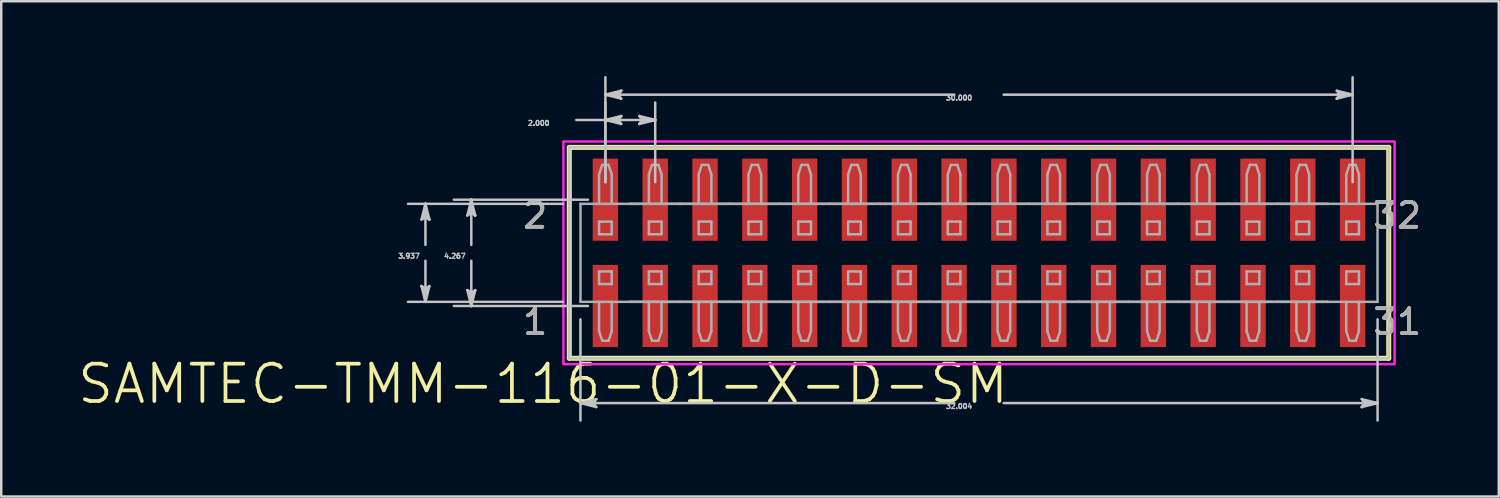
<source format=kicad_pcb>
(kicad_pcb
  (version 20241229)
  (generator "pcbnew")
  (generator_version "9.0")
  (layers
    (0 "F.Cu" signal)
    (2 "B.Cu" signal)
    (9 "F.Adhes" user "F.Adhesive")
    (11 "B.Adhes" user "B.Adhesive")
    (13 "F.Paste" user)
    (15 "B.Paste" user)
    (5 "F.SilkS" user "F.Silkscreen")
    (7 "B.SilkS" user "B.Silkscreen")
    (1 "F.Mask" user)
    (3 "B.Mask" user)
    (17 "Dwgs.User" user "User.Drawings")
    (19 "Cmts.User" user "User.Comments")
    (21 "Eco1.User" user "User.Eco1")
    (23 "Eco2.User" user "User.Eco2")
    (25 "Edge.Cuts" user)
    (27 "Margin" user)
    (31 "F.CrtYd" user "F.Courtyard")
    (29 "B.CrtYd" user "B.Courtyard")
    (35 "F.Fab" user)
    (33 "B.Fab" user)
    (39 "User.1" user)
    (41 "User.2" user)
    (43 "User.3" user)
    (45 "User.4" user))
  (footprint "SAMTEC-TMM-116-01-X-D-SM"
    (layer "F.Cu")
    (at 36.256 7.101)
    (property "Reference" "SAMTEC-TMM-116-01-X-D-SM" (at -17.503 5.263 0) (layer "F.SilkS") (effects (font (size 1.5 1.5) (thickness 0.15))))
    (attr smd)
    (fp_poly (pts (xy -15.561 -3.835) (xy -14.439 -3.835) (xy -14.439 -0.433) (xy -15.561 -0.433)) (stroke (width 0.01) (type solid)) (fill yes) (layer "F.Mask"))
    (fp_poly (pts (xy -15.561 0.433) (xy -14.439 0.433) (xy -14.439 3.835) (xy -15.561 3.835)) (stroke (width 0.01) (type solid)) (fill yes) (layer "F.Mask"))
    (fp_poly (pts (xy -13.561 -3.835) (xy -12.439 -3.835) (xy -12.439 -0.433) (xy -13.561 -0.433)) (stroke (width 0.01) (type solid)) (fill yes) (layer "F.Mask"))
    (fp_poly (pts (xy -13.561 0.433) (xy -12.439 0.433) (xy -12.439 3.835) (xy -13.561 3.835)) (stroke (width 0.01) (type solid)) (fill yes) (layer "F.Mask"))
    (fp_poly (pts (xy -11.561 -3.835) (xy -10.439 -3.835) (xy -10.439 -0.433) (xy -11.561 -0.433)) (stroke (width 0.01) (type solid)) (fill yes) (layer "F.Mask"))
    (fp_poly (pts (xy -11.561 0.433) (xy -10.439 0.433) (xy -10.439 3.835) (xy -11.561 3.835)) (stroke (width 0.01) (type solid)) (fill yes) (layer "F.Mask"))
    (fp_poly (pts (xy -9.561 -3.835) (xy -8.439 -3.835) (xy -8.439 -0.433) (xy -9.561 -0.433)) (stroke (width 0.01) (type solid)) (fill yes) (layer "F.Mask"))
    (fp_poly (pts (xy -9.561 0.433) (xy -8.439 0.433) (xy -8.439 3.835) (xy -9.561 3.835)) (stroke (width 0.01) (type solid)) (fill yes) (layer "F.Mask"))
    (fp_poly (pts (xy -7.561 -3.835) (xy -6.439 -3.835) (xy -6.439 -0.433) (xy -7.561 -0.433)) (stroke (width 0.01) (type solid)) (fill yes) (layer "F.Mask"))
    (fp_poly (pts (xy -7.561 0.433) (xy -6.439 0.433) (xy -6.439 3.835) (xy -7.561 3.835)) (stroke (width 0.01) (type solid)) (fill yes) (layer "F.Mask"))
    (fp_poly (pts (xy -5.561 -3.835) (xy -4.439 -3.835) (xy -4.439 -0.433) (xy -5.561 -0.433)) (stroke (width 0.01) (type solid)) (fill yes) (layer "F.Mask"))
    (fp_poly (pts (xy -5.561 0.433) (xy -4.439 0.433) (xy -4.439 3.835) (xy -5.561 3.835)) (stroke (width 0.01) (type solid)) (fill yes) (layer "F.Mask"))
    (fp_poly (pts (xy -3.561 -3.835) (xy -2.439 -3.835) (xy -2.439 -0.433) (xy -3.561 -0.433)) (stroke (width 0.01) (type solid)) (fill yes) (layer "F.Mask"))
    (fp_poly (pts (xy -3.561 0.433) (xy -2.439 0.433) (xy -2.439 3.835) (xy -3.561 3.835)) (stroke (width 0.01) (type solid)) (fill yes) (layer "F.Mask"))
    (fp_poly (pts (xy -1.561 -3.835) (xy -0.439 -3.835) (xy -0.439 -0.433) (xy -1.561 -0.433)) (stroke (width 0.01) (type solid)) (fill yes) (layer "F.Mask"))
    (fp_poly (pts (xy -1.561 0.433) (xy -0.439 0.433) (xy -0.439 3.835) (xy -1.561 3.835)) (stroke (width 0.01) (type solid)) (fill yes) (layer "F.Mask"))
    (fp_poly (pts (xy 0.439 -3.835) (xy 1.561 -3.835) (xy 1.561 -0.433) (xy 0.439 -0.433)) (stroke (width 0.01) (type solid)) (fill yes) (layer "F.Mask"))
    (fp_poly (pts (xy 0.439 0.433) (xy 1.561 0.433) (xy 1.561 3.835) (xy 0.439 3.835)) (stroke (width 0.01) (type solid)) (fill yes) (layer "F.Mask"))
    (fp_poly (pts (xy 2.439 -3.835) (xy 3.561 -3.835) (xy 3.561 -0.433) (xy 2.439 -0.433)) (stroke (width 0.01) (type solid)) (fill yes) (layer "F.Mask"))
    (fp_poly (pts (xy 2.439 0.433) (xy 3.561 0.433) (xy 3.561 3.835) (xy 2.439 3.835)) (stroke (width 0.01) (type solid)) (fill yes) (layer "F.Mask"))
    (fp_poly (pts (xy 4.439 -3.835) (xy 5.561 -3.835) (xy 5.561 -0.433) (xy 4.439 -0.433)) (stroke (width 0.01) (type solid)) (fill yes) (layer "F.Mask"))
    (fp_poly (pts (xy 4.439 0.433) (xy 5.561 0.433) (xy 5.561 3.835) (xy 4.439 3.835)) (stroke (width 0.01) (type solid)) (fill yes) (layer "F.Mask"))
    (fp_poly (pts (xy 6.439 -3.835) (xy 7.561 -3.835) (xy 7.561 -0.433) (xy 6.439 -0.433)) (stroke (width 0.01) (type solid)) (fill yes) (layer "F.Mask"))
    (fp_poly (pts (xy 6.439 0.433) (xy 7.561 0.433) (xy 7.561 3.835) (xy 6.439 3.835)) (stroke (width 0.01) (type solid)) (fill yes) (layer "F.Mask"))
    (fp_poly (pts (xy 8.439 -3.835) (xy 9.561 -3.835) (xy 9.561 -0.433) (xy 8.439 -0.433)) (stroke (width 0.01) (type solid)) (fill yes) (layer "F.Mask"))
    (fp_poly (pts (xy 8.439 0.433) (xy 9.561 0.433) (xy 9.561 3.835) (xy 8.439 3.835)) (stroke (width 0.01) (type solid)) (fill yes) (layer "F.Mask"))
    (fp_poly (pts (xy 10.439 -3.835) (xy 11.561 -3.835) (xy 11.561 -0.433) (xy 10.439 -0.433)) (stroke (width 0.01) (type solid)) (fill yes) (layer "F.Mask"))
    (fp_poly (pts (xy 10.439 0.433) (xy 11.561 0.433) (xy 11.561 3.835) (xy 10.439 3.835)) (stroke (width 0.01) (type solid)) (fill yes) (layer "F.Mask"))
    (fp_poly (pts (xy 12.439 -3.835) (xy 13.561 -3.835) (xy 13.561 -0.433) (xy 12.439 -0.433)) (stroke (width 0.01) (type solid)) (fill yes) (layer "F.Mask"))
    (fp_poly (pts (xy 12.439 0.433) (xy 13.561 0.433) (xy 13.561 3.835) (xy 12.439 3.835)) (stroke (width 0.01) (type solid)) (fill yes) (layer "F.Mask"))
    (fp_poly (pts (xy 14.439 -3.835) (xy 15.561 -3.835) (xy 15.561 -0.433) (xy 14.439 -0.433)) (stroke (width 0.01) (type solid)) (fill yes) (layer "F.Mask"))
    (fp_poly (pts (xy 14.439 0.433) (xy 15.561 0.433) (xy 15.561 3.835) (xy 14.439 3.835)) (stroke (width 0.01) (type solid)) (fill yes) (layer "F.Mask"))
    (fp_line (start -16.45 -4.235) (end -16.45 4.235) (stroke (width 0.2) (type solid)) (layer "F.SilkS"))
    (fp_line (start -16.45 4.235) (end 16.45 4.235) (stroke (width 0.2) (type solid)) (layer "F.SilkS"))
    (fp_line (start 16.45 -4.235) (end -16.45 -4.235) (stroke (width 0.2) (type solid)) (layer "F.SilkS"))
    (fp_line (start 16.45 4.235) (end 16.45 -4.235) (stroke (width 0.2) (type solid)) (layer "F.SilkS"))
    (fp_poly (pts (xy -15.51 -3.784) (xy -14.49 -3.784) (xy -14.49 -0.484) (xy -15.51 -0.484)) (stroke (width 0.01) (type solid)) (fill yes) (layer "F.Paste"))
    (fp_poly (pts (xy -15.51 0.484) (xy -14.49 0.484) (xy -14.49 3.784) (xy -15.51 3.784)) (stroke (width 0.01) (type solid)) (fill yes) (layer "F.Paste"))
    (fp_poly (pts (xy -13.51 -3.784) (xy -12.49 -3.784) (xy -12.49 -0.484) (xy -13.51 -0.484)) (stroke (width 0.01) (type solid)) (fill yes) (layer "F.Paste"))
    (fp_poly (pts (xy -13.51 0.484) (xy -12.49 0.484) (xy -12.49 3.784) (xy -13.51 3.784)) (stroke (width 0.01) (type solid)) (fill yes) (layer "F.Paste"))
    (fp_poly (pts (xy -11.51 -3.784) (xy -10.49 -3.784) (xy -10.49 -0.484) (xy -11.51 -0.484)) (stroke (width 0.01) (type solid)) (fill yes) (layer "F.Paste"))
    (fp_poly (pts (xy -11.51 0.484) (xy -10.49 0.484) (xy -10.49 3.784) (xy -11.51 3.784)) (stroke (width 0.01) (type solid)) (fill yes) (layer "F.Paste"))
    (fp_poly (pts (xy -9.51 -3.784) (xy -8.49 -3.784) (xy -8.49 -0.484) (xy -9.51 -0.484)) (stroke (width 0.01) (type solid)) (fill yes) (layer "F.Paste"))
    (fp_poly (pts (xy -9.51 0.484) (xy -8.49 0.484) (xy -8.49 3.784) (xy -9.51 3.784)) (stroke (width 0.01) (type solid)) (fill yes) (layer "F.Paste"))
    (fp_poly (pts (xy -7.51 -3.784) (xy -6.49 -3.784) (xy -6.49 -0.484) (xy -7.51 -0.484)) (stroke (width 0.01) (type solid)) (fill yes) (layer "F.Paste"))
    (fp_poly (pts (xy -7.51 0.484) (xy -6.49 0.484) (xy -6.49 3.784) (xy -7.51 3.784)) (stroke (width 0.01) (type solid)) (fill yes) (layer "F.Paste"))
    (fp_poly (pts (xy -5.51 -3.784) (xy -4.49 -3.784) (xy -4.49 -0.484) (xy -5.51 -0.484)) (stroke (width 0.01) (type solid)) (fill yes) (layer "F.Paste"))
    (fp_poly (pts (xy -5.51 0.484) (xy -4.49 0.484) (xy -4.49 3.784) (xy -5.51 3.784)) (stroke (width 0.01) (type solid)) (fill yes) (layer "F.Paste"))
    (fp_poly (pts (xy -3.51 -3.784) (xy -2.49 -3.784) (xy -2.49 -0.484) (xy -3.51 -0.484)) (stroke (width 0.01) (type solid)) (fill yes) (layer "F.Paste"))
    (fp_poly (pts (xy -3.51 0.484) (xy -2.49 0.484) (xy -2.49 3.784) (xy -3.51 3.784)) (stroke (width 0.01) (type solid)) (fill yes) (layer "F.Paste"))
    (fp_poly (pts (xy -1.51 -3.784) (xy -0.49 -3.784) (xy -0.49 -0.484) (xy -1.51 -0.484)) (stroke (width 0.01) (type solid)) (fill yes) (layer "F.Paste"))
    (fp_poly (pts (xy -1.51 0.484) (xy -0.49 0.484) (xy -0.49 3.784) (xy -1.51 3.784)) (stroke (width 0.01) (type solid)) (fill yes) (layer "F.Paste"))
    (fp_poly (pts (xy 0.49 -3.784) (xy 1.51 -3.784) (xy 1.51 -0.484) (xy 0.49 -0.484)) (stroke (width 0.01) (type solid)) (fill yes) (layer "F.Paste"))
    (fp_poly (pts (xy 0.49 0.484) (xy 1.51 0.484) (xy 1.51 3.784) (xy 0.49 3.784)) (stroke (width 0.01) (type solid)) (fill yes) (layer "F.Paste"))
    (fp_poly (pts (xy 2.49 -3.784) (xy 3.51 -3.784) (xy 3.51 -0.484) (xy 2.49 -0.484)) (stroke (width 0.01) (type solid)) (fill yes) (layer "F.Paste"))
    (fp_poly (pts (xy 2.49 0.484) (xy 3.51 0.484) (xy 3.51 3.784) (xy 2.49 3.784)) (stroke (width 0.01) (type solid)) (fill yes) (layer "F.Paste"))
    (fp_poly (pts (xy 4.49 -3.784) (xy 5.51 -3.784) (xy 5.51 -0.484) (xy 4.49 -0.484)) (stroke (width 0.01) (type solid)) (fill yes) (layer "F.Paste"))
    (fp_poly (pts (xy 4.49 0.484) (xy 5.51 0.484) (xy 5.51 3.784) (xy 4.49 3.784)) (stroke (width 0.01) (type solid)) (fill yes) (layer "F.Paste"))
    (fp_poly (pts (xy 6.49 -3.784) (xy 7.51 -3.784) (xy 7.51 -0.484) (xy 6.49 -0.484)) (stroke (width 0.01) (type solid)) (fill yes) (layer "F.Paste"))
    (fp_poly (pts (xy 6.49 0.484) (xy 7.51 0.484) (xy 7.51 3.784) (xy 6.49 3.784)) (stroke (width 0.01) (type solid)) (fill yes) (layer "F.Paste"))
    (fp_poly (pts (xy 8.49 -3.784) (xy 9.51 -3.784) (xy 9.51 -0.484) (xy 8.49 -0.484)) (stroke (width 0.01) (type solid)) (fill yes) (layer "F.Paste"))
    (fp_poly (pts (xy 8.49 0.484) (xy 9.51 0.484) (xy 9.51 3.784) (xy 8.49 3.784)) (stroke (width 0.01) (type solid)) (fill yes) (layer "F.Paste"))
    (fp_poly (pts (xy 10.49 -3.784) (xy 11.51 -3.784) (xy 11.51 -0.484) (xy 10.49 -0.484)) (stroke (width 0.01) (type solid)) (fill yes) (layer "F.Paste"))
    (fp_poly (pts (xy 10.49 0.484) (xy 11.51 0.484) (xy 11.51 3.784) (xy 10.49 3.784)) (stroke (width 0.01) (type solid)) (fill yes) (layer "F.Paste"))
    (fp_poly (pts (xy 12.49 -3.784) (xy 13.51 -3.784) (xy 13.51 -0.484) (xy 12.49 -0.484)) (stroke (width 0.01) (type solid)) (fill yes) (layer "F.Paste"))
    (fp_poly (pts (xy 12.49 0.484) (xy 13.51 0.484) (xy 13.51 3.784) (xy 12.49 3.784)) (stroke (width 0.01) (type solid)) (fill yes) (layer "F.Paste"))
    (fp_poly (pts (xy 14.49 -3.784) (xy 15.51 -3.784) (xy 15.51 -0.484) (xy 14.49 -0.484)) (stroke (width 0.01) (type solid)) (fill yes) (layer "F.Paste"))
    (fp_poly (pts (xy 14.49 0.484) (xy 15.51 0.484) (xy 15.51 3.784) (xy 14.49 3.784)) (stroke (width 0.01) (type solid)) (fill yes) (layer "F.Paste"))
    (fp_line (start -22.384 -1.334) (end -22.225 -1.46) (stroke (width 0.1) (type solid)) (layer "Dwgs.User"))
    (fp_line (start -22.384 1.334) (end -22.225 1.968) (stroke (width 0.1) (type solid)) (layer "Dwgs.User"))
    (fp_line (start -22.304 -1.397) (end -22.225 -1.46) (stroke (width 0.1) (type solid)) (layer "Dwgs.User"))
    (fp_line (start -22.304 1.397) (end -22.384 1.334) (stroke (width 0.1) (type solid)) (layer "Dwgs.User"))
    (fp_line (start -22.225 -1.968) (end -22.384 -1.334) (stroke (width 0.1) (type solid)) (layer "Dwgs.User"))
    (fp_line (start -22.225 -1.968) (end -22.304 -1.397) (stroke (width 0.1) (type solid)) (layer "Dwgs.User"))
    (fp_line (start -22.225 -1.968) (end -22.146 -1.397) (stroke (width 0.1) (type solid)) (layer "Dwgs.User"))
    (fp_line (start -22.225 -1.46) (end -22.225 -1.968) (stroke (width 0.1) (type solid)) (layer "Dwgs.User"))
    (fp_line (start -22.225 -1.46) (end -22.066 -1.334) (stroke (width 0.1) (type solid)) (layer "Dwgs.User"))
    (fp_line (start -22.225 -0.318) (end -22.225 -1.968) (stroke (width 0.1) (type solid)) (layer "Dwgs.User"))
    (fp_line (start -22.225 0.318) (end -22.225 1.968) (stroke (width 0.1) (type solid)) (layer "Dwgs.User"))
    (fp_line (start -22.225 1.46) (end -22.384 1.334) (stroke (width 0.1) (type solid)) (layer "Dwgs.User"))
    (fp_line (start -22.225 1.46) (end -22.225 1.968) (stroke (width 0.1) (type solid)) (layer "Dwgs.User"))
    (fp_line (start -22.225 1.968) (end -22.304 1.397) (stroke (width 0.1) (type solid)) (layer "Dwgs.User"))
    (fp_line (start -22.225 1.968) (end -22.146 1.397) (stroke (width 0.1) (type solid)) (layer "Dwgs.User"))
    (fp_line (start -22.225 1.968) (end -22.066 1.334) (stroke (width 0.1) (type solid)) (layer "Dwgs.User"))
    (fp_line (start -22.146 -1.397) (end -22.066 -1.334) (stroke (width 0.1) (type solid)) (layer "Dwgs.User"))
    (fp_line (start -22.146 1.397) (end -22.225 1.46) (stroke (width 0.1) (type solid)) (layer "Dwgs.User"))
    (fp_line (start -22.066 -1.334) (end -22.225 -1.968) (stroke (width 0.1) (type solid)) (layer "Dwgs.User"))
    (fp_line (start -22.066 1.334) (end -22.225 1.46) (stroke (width 0.1) (type solid)) (layer "Dwgs.User"))
    (fp_line (start -20.542 -1.499) (end -20.384 -1.626) (stroke (width 0.1) (type solid)) (layer "Dwgs.User"))
    (fp_line (start -20.542 1.499) (end -20.384 2.134) (stroke (width 0.1) (type solid)) (layer "Dwgs.User"))
    (fp_line (start -20.463 -1.562) (end -20.384 -1.626) (stroke (width 0.1) (type solid)) (layer "Dwgs.User"))
    (fp_line (start -20.463 1.562) (end -20.542 1.499) (stroke (width 0.1) (type solid)) (layer "Dwgs.User"))
    (fp_line (start -20.384 -2.134) (end -20.542 -1.499) (stroke (width 0.1) (type solid)) (layer "Dwgs.User"))
    (fp_line (start -20.384 -2.134) (end -20.463 -1.562) (stroke (width 0.1) (type solid)) (layer "Dwgs.User"))
    (fp_line (start -20.384 -2.134) (end -20.304 -1.562) (stroke (width 0.1) (type solid)) (layer "Dwgs.User"))
    (fp_line (start -20.384 -1.626) (end -20.384 -2.134) (stroke (width 0.1) (type solid)) (layer "Dwgs.User"))
    (fp_line (start -20.384 -1.626) (end -20.225 -1.499) (stroke (width 0.1) (type solid)) (layer "Dwgs.User"))
    (fp_line (start -20.384 -0.318) (end -20.384 -2.134) (stroke (width 0.1) (type solid)) (layer "Dwgs.User"))
    (fp_line (start -20.384 0.318) (end -20.384 2.134) (stroke (width 0.1) (type solid)) (layer "Dwgs.User"))
    (fp_line (start -20.384 1.626) (end -20.542 1.499) (stroke (width 0.1) (type solid)) (layer "Dwgs.User"))
    (fp_line (start -20.384 1.626) (end -20.384 2.134) (stroke (width 0.1) (type solid)) (layer "Dwgs.User"))
    (fp_line (start -20.384 2.134) (end -20.463 1.562) (stroke (width 0.1) (type solid)) (layer "Dwgs.User"))
    (fp_line (start -20.384 2.134) (end -20.304 1.562) (stroke (width 0.1) (type solid)) (layer "Dwgs.User"))
    (fp_line (start -20.384 2.134) (end -20.225 1.499) (stroke (width 0.1) (type solid)) (layer "Dwgs.User"))
    (fp_line (start -20.304 -1.562) (end -20.225 -1.499) (stroke (width 0.1) (type solid)) (layer "Dwgs.User"))
    (fp_line (start -20.304 1.562) (end -20.384 1.626) (stroke (width 0.1) (type solid)) (layer "Dwgs.User"))
    (fp_line (start -20.225 -1.499) (end -20.384 -2.134) (stroke (width 0.1) (type solid)) (layer "Dwgs.User"))
    (fp_line (start -20.225 1.499) (end -20.384 1.626) (stroke (width 0.1) (type solid)) (layer "Dwgs.User"))
    (fp_line (start -16.703 -1.968) (end -22.926 -1.968) (stroke (width 0.1) (type solid)) (layer "Dwgs.User"))
    (fp_line (start -16.703 1.968) (end -22.926 1.968) (stroke (width 0.1) (type solid)) (layer "Dwgs.User"))
    (fp_line (start -16.45 -4.235) (end -16.45 4.235) (stroke (width 0.1) (type solid)) (layer "Dwgs.User"))
    (fp_line (start -16.45 4.235) (end 16.45 4.235) (stroke (width 0.1) (type solid)) (layer "Dwgs.User"))
    (fp_line (start -16.167 -5.334) (end -15 -5.334) (stroke (width 0.1) (type solid)) (layer "Dwgs.User"))
    (fp_line (start -16.002 2.67) (end -16.002 6.734) (stroke (width 0.1) (type solid)) (layer "Dwgs.User"))
    (fp_line (start -16.002 6.032) (end -15.43 5.953) (stroke (width 0.1) (type solid)) (layer "Dwgs.User"))
    (fp_line (start -16.002 6.032) (end -15.43 6.112) (stroke (width 0.1) (type solid)) (layer "Dwgs.User"))
    (fp_line (start -16.002 6.032) (end -15.367 6.191) (stroke (width 0.1) (type solid)) (layer "Dwgs.User"))
    (fp_line (start -15.701 -2.134) (end -21.085 -2.134) (stroke (width 0.1) (type solid)) (layer "Dwgs.User"))
    (fp_line (start -15.701 2.134) (end -21.085 2.134) (stroke (width 0.1) (type solid)) (layer "Dwgs.User"))
    (fp_line (start -15.494 6.032) (end -16.002 6.032) (stroke (width 0.1) (type solid)) (layer "Dwgs.User"))
    (fp_line (start -15.494 6.032) (end -15.367 5.874) (stroke (width 0.1) (type solid)) (layer "Dwgs.User"))
    (fp_line (start -15.43 5.953) (end -15.367 5.874) (stroke (width 0.1) (type solid)) (layer "Dwgs.User"))
    (fp_line (start -15.43 6.112) (end -15.494 6.032) (stroke (width 0.1) (type solid)) (layer "Dwgs.User"))
    (fp_line (start -15.367 5.874) (end -16.002 6.032) (stroke (width 0.1) (type solid)) (layer "Dwgs.User"))
    (fp_line (start -15.367 6.191) (end -15.494 6.032) (stroke (width 0.1) (type solid)) (layer "Dwgs.User"))
    (fp_line (start -15 -6.35) (end -14.428 -6.429) (stroke (width 0.1) (type solid)) (layer "Dwgs.User"))
    (fp_line (start -15 -6.35) (end -14.428 -6.271) (stroke (width 0.1) (type solid)) (layer "Dwgs.User"))
    (fp_line (start -15 -6.35) (end -14.365 -6.191) (stroke (width 0.1) (type solid)) (layer "Dwgs.User"))
    (fp_line (start -15 -5.334) (end -14.428 -5.413) (stroke (width 0.1) (type solid)) (layer "Dwgs.User"))
    (fp_line (start -15 -5.334) (end -14.428 -5.255) (stroke (width 0.1) (type solid)) (layer "Dwgs.User"))
    (fp_line (start -15 -5.334) (end -14.365 -5.175) (stroke (width 0.1) (type solid)) (layer "Dwgs.User"))
    (fp_line (start -15 -5.334) (end -13 -5.334) (stroke (width 0.1) (type solid)) (layer "Dwgs.User"))
    (fp_line (start -15 -2.835) (end -15 -7.051) (stroke (width 0.1) (type solid)) (layer "Dwgs.User"))
    (fp_line (start -15 -2.835) (end -15 -6.035) (stroke (width 0.1) (type solid)) (layer "Dwgs.User"))
    (fp_line (start -14.492 -6.35) (end -15 -6.35) (stroke (width 0.1) (type solid)) (layer "Dwgs.User"))
    (fp_line (start -14.492 -6.35) (end -14.365 -6.509) (stroke (width 0.1) (type solid)) (layer "Dwgs.User"))
    (fp_line (start -14.492 -5.334) (end -15 -5.334) (stroke (width 0.1) (type solid)) (layer "Dwgs.User"))
    (fp_line (start -14.492 -5.334) (end -14.365 -5.493) (stroke (width 0.1) (type solid)) (layer "Dwgs.User"))
    (fp_line (start -14.428 -6.429) (end -14.365 -6.509) (stroke (width 0.1) (type solid)) (layer "Dwgs.User"))
    (fp_line (start -14.428 -6.271) (end -14.492 -6.35) (stroke (width 0.1) (type solid)) (layer "Dwgs.User"))
    (fp_line (start -14.428 -5.413) (end -14.365 -5.493) (stroke (width 0.1) (type solid)) (layer "Dwgs.User"))
    (fp_line (start -14.428 -5.255) (end -14.492 -5.334) (stroke (width 0.1) (type solid)) (layer "Dwgs.User"))
    (fp_line (start -14.365 -6.509) (end -15 -6.35) (stroke (width 0.1) (type solid)) (layer "Dwgs.User"))
    (fp_line (start -14.365 -6.191) (end -14.492 -6.35) (stroke (width 0.1) (type solid)) (layer "Dwgs.User"))
    (fp_line (start -14.365 -5.493) (end -15 -5.334) (stroke (width 0.1) (type solid)) (layer "Dwgs.User"))
    (fp_line (start -14.365 -5.175) (end -14.492 -5.334) (stroke (width 0.1) (type solid)) (layer "Dwgs.User"))
    (fp_line (start -13.635 -5.493) (end -13.508 -5.334) (stroke (width 0.1) (type solid)) (layer "Dwgs.User"))
    (fp_line (start -13.635 -5.175) (end -13 -5.334) (stroke (width 0.1) (type solid)) (layer "Dwgs.User"))
    (fp_line (start -13.571 -5.413) (end -13.508 -5.334) (stroke (width 0.1) (type solid)) (layer "Dwgs.User"))
    (fp_line (start -13.571 -5.255) (end -13.635 -5.175) (stroke (width 0.1) (type solid)) (layer "Dwgs.User"))
    (fp_line (start -13.508 -5.334) (end -13.635 -5.175) (stroke (width 0.1) (type solid)) (layer "Dwgs.User"))
    (fp_line (start -13.508 -5.334) (end -13 -5.334) (stroke (width 0.1) (type solid)) (layer "Dwgs.User"))
    (fp_line (start -13 -5.334) (end -13.635 -5.493) (stroke (width 0.1) (type solid)) (layer "Dwgs.User"))
    (fp_line (start -13 -5.334) (end -13.571 -5.413) (stroke (width 0.1) (type solid)) (layer "Dwgs.User"))
    (fp_line (start -13 -5.334) (end -13.571 -5.255) (stroke (width 0.1) (type solid)) (layer "Dwgs.User"))
    (fp_line (start -13 -2.835) (end -13 -6.035) (stroke (width 0.1) (type solid)) (layer "Dwgs.User"))
    (fp_line (start -0.991 -6.35) (end -15 -6.35) (stroke (width 0.1) (type solid)) (layer "Dwgs.User"))
    (fp_line (start -0.991 6.032) (end -16.002 6.032) (stroke (width 0.1) (type solid)) (layer "Dwgs.User"))
    (fp_line (start 0.991 -6.35) (end 15 -6.35) (stroke (width 0.1) (type solid)) (layer "Dwgs.User"))
    (fp_line (start 0.991 6.032) (end 16.002 6.032) (stroke (width 0.1) (type solid)) (layer "Dwgs.User"))
    (fp_line (start 14.365 -6.509) (end 14.492 -6.35) (stroke (width 0.1) (type solid)) (layer "Dwgs.User"))
    (fp_line (start 14.365 -6.191) (end 15 -6.35) (stroke (width 0.1) (type solid)) (layer "Dwgs.User"))
    (fp_line (start 14.428 -6.429) (end 14.492 -6.35) (stroke (width 0.1) (type solid)) (layer "Dwgs.User"))
    (fp_line (start 14.428 -6.271) (end 14.365 -6.191) (stroke (width 0.1) (type solid)) (layer "Dwgs.User"))
    (fp_line (start 14.492 -6.35) (end 14.365 -6.191) (stroke (width 0.1) (type solid)) (layer "Dwgs.User"))
    (fp_line (start 14.492 -6.35) (end 15 -6.35) (stroke (width 0.1) (type solid)) (layer "Dwgs.User"))
    (fp_line (start 15 -6.35) (end 14.365 -6.509) (stroke (width 0.1) (type solid)) (layer "Dwgs.User"))
    (fp_line (start 15 -6.35) (end 14.428 -6.429) (stroke (width 0.1) (type solid)) (layer "Dwgs.User"))
    (fp_line (start 15 -6.35) (end 14.428 -6.271) (stroke (width 0.1) (type solid)) (layer "Dwgs.User"))
    (fp_line (start 15 -2.835) (end 15 -7.051) (stroke (width 0.1) (type solid)) (layer "Dwgs.User"))
    (fp_line (start 15.367 5.874) (end 15.494 6.032) (stroke (width 0.1) (type solid)) (layer "Dwgs.User"))
    (fp_line (start 15.367 6.191) (end 16.002 6.032) (stroke (width 0.1) (type solid)) (layer "Dwgs.User"))
    (fp_line (start 15.43 5.953) (end 15.494 6.032) (stroke (width 0.1) (type solid)) (layer "Dwgs.User"))
    (fp_line (start 15.43 6.112) (end 15.367 6.191) (stroke (width 0.1) (type solid)) (layer "Dwgs.User"))
    (fp_line (start 15.494 6.032) (end 15.367 6.191) (stroke (width 0.1) (type solid)) (layer "Dwgs.User"))
    (fp_line (start 15.494 6.032) (end 16.002 6.032) (stroke (width 0.1) (type solid)) (layer "Dwgs.User"))
    (fp_line (start 16.002 2.67) (end 16.002 6.734) (stroke (width 0.1) (type solid)) (layer "Dwgs.User"))
    (fp_line (start 16.002 6.032) (end 15.367 5.874) (stroke (width 0.1) (type solid)) (layer "Dwgs.User"))
    (fp_line (start 16.002 6.032) (end 15.43 5.953) (stroke (width 0.1) (type solid)) (layer "Dwgs.User"))
    (fp_line (start 16.002 6.032) (end 15.43 6.112) (stroke (width 0.1) (type solid)) (layer "Dwgs.User"))
    (fp_line (start 16.45 -4.235) (end -16.45 -4.235) (stroke (width 0.1) (type solid)) (layer "Dwgs.User"))
    (fp_line (start 16.45 4.235) (end 16.45 -4.235) (stroke (width 0.1) (type solid)) (layer "Dwgs.User"))
    (fp_poly (pts (xy -16.685 4.47) (xy -16.685 -4.47) (xy 16.685 -4.47) (xy 16.685 4.47) (xy -16.685 4.47)) (stroke (width 0.1) (type solid)) (fill no) (layer "F.CrtYd"))
    (fp_line (start -16 -1.968) (end -14 -1.968) (stroke (width 0.1) (type solid)) (layer "F.Fab"))
    (fp_line (start -16 1.968) (end -16 -1.968) (stroke (width 0.1) (type solid)) (layer "F.Fab"))
    (fp_line (start -15.254 -3.15) (end -15.127 -3.531) (stroke (width 0.1) (type solid)) (layer "F.Fab"))
    (fp_line (start -15.254 -1.968) (end -15.254 -3.15) (stroke (width 0.1) (type solid)) (layer "F.Fab"))
    (fp_line (start -15.254 -1.254) (end -14.746 -1.254) (stroke (width 0.1) (type solid)) (layer "F.Fab"))
    (fp_line (start -15.254 -0.746) (end -15.254 -1.254) (stroke (width 0.1) (type solid)) (layer "F.Fab"))
    (fp_line (start -15.254 0.746) (end -15.254 1.254) (stroke (width 0.1) (type solid)) (layer "F.Fab"))
    (fp_line (start -15.254 1.254) (end -14.746 1.254) (stroke (width 0.1) (type solid)) (layer "F.Fab"))
    (fp_line (start -15.254 1.968) (end -15.254 3.15) (stroke (width 0.1) (type solid)) (layer "F.Fab"))
    (fp_line (start -15.254 3.15) (end -15.127 3.531) (stroke (width 0.1) (type solid)) (layer "F.Fab"))
    (fp_line (start -15.127 -3.531) (end -14.873 -3.531) (stroke (width 0.1) (type solid)) (layer "F.Fab"))
    (fp_line (start -15.127 3.531) (end -14.873 3.531) (stroke (width 0.1) (type solid)) (layer "F.Fab"))
    (fp_line (start -14.873 -3.531) (end -14.746 -3.15) (stroke (width 0.1) (type solid)) (layer "F.Fab"))
    (fp_line (start -14.873 3.531) (end -14.746 3.15) (stroke (width 0.1) (type solid)) (layer "F.Fab"))
    (fp_line (start -14.746 -3.15) (end -14.746 -1.968) (stroke (width 0.1) (type solid)) (layer "F.Fab"))
    (fp_line (start -14.746 -1.254) (end -14.746 -0.746) (stroke (width 0.1) (type solid)) (layer "F.Fab"))
    (fp_line (start -14.746 -0.746) (end -15.254 -0.746) (stroke (width 0.1) (type solid)) (layer "F.Fab"))
    (fp_line (start -14.746 0.746) (end -15.254 0.746) (stroke (width 0.1) (type solid)) (layer "F.Fab"))
    (fp_line (start -14.746 1.254) (end -14.746 0.746) (stroke (width 0.1) (type solid)) (layer "F.Fab"))
    (fp_line (start -14.746 3.15) (end -14.746 1.968) (stroke (width 0.1) (type solid)) (layer "F.Fab"))
    (fp_line (start -14 -1.968) (end -12 -1.968) (stroke (width 0.1) (type solid)) (layer "F.Fab"))
    (fp_line (start -14 -1.968) (end -12 -1.968) (stroke (width 0.1) (type solid)) (layer "F.Fab"))
    (fp_line (start -14 1.968) (end -16 1.968) (stroke (width 0.1) (type solid)) (layer "F.Fab"))
    (fp_line (start -14 1.968) (end -12 1.968) (stroke (width 0.1) (type solid)) (layer "F.Fab"))
    (fp_line (start -13.255 1.968) (end -13.255 3.15) (stroke (width 0.1) (type solid)) (layer "F.Fab"))
    (fp_line (start -13.255 3.15) (end -13.128 3.531) (stroke (width 0.1) (type solid)) (layer "F.Fab"))
    (fp_line (start -13.254 -3.15) (end -13.127 -3.531) (stroke (width 0.1) (type solid)) (layer "F.Fab"))
    (fp_line (start -13.254 -1.968) (end -13.254 -3.15) (stroke (width 0.1) (type solid)) (layer "F.Fab"))
    (fp_line (start -13.254 -1.254) (end -12.746 -1.254) (stroke (width 0.1) (type solid)) (layer "F.Fab"))
    (fp_line (start -13.254 -0.746) (end -13.254 -1.254) (stroke (width 0.1) (type solid)) (layer "F.Fab"))
    (fp_line (start -13.254 0.746) (end -12.746 0.746) (stroke (width 0.1) (type solid)) (layer "F.Fab"))
    (fp_line (start -13.254 1.254) (end -13.254 0.746) (stroke (width 0.1) (type solid)) (layer "F.Fab"))
    (fp_line (start -13.128 3.531) (end -12.874 3.531) (stroke (width 0.1) (type solid)) (layer "F.Fab"))
    (fp_line (start -13.127 -3.531) (end -12.873 -3.531) (stroke (width 0.1) (type solid)) (layer "F.Fab"))
    (fp_line (start -12.874 3.531) (end -12.747 3.15) (stroke (width 0.1) (type solid)) (layer "F.Fab"))
    (fp_line (start -12.873 -3.531) (end -12.746 -3.15) (stroke (width 0.1) (type solid)) (layer "F.Fab"))
    (fp_line (start -12.747 3.15) (end -12.747 1.968) (stroke (width 0.1) (type solid)) (layer "F.Fab"))
    (fp_line (start -12.746 -3.15) (end -12.746 -1.968) (stroke (width 0.1) (type solid)) (layer "F.Fab"))
    (fp_line (start -12.746 -1.254) (end -12.746 -0.746) (stroke (width 0.1) (type solid)) (layer "F.Fab"))
    (fp_line (start -12.746 -0.746) (end -13.254 -0.746) (stroke (width 0.1) (type solid)) (layer "F.Fab"))
    (fp_line (start -12.746 0.746) (end -12.746 1.254) (stroke (width 0.1) (type solid)) (layer "F.Fab"))
    (fp_line (start -12.746 1.254) (end -13.254 1.254) (stroke (width 0.1) (type solid)) (layer "F.Fab"))
    (fp_line (start -12 -1.968) (end -10 -1.968) (stroke (width 0.1) (type solid)) (layer "F.Fab"))
    (fp_line (start -12 -1.968) (end -10 -1.968) (stroke (width 0.1) (type solid)) (layer "F.Fab"))
    (fp_line (start -12 1.968) (end -14 1.968) (stroke (width 0.1) (type solid)) (layer "F.Fab"))
    (fp_line (start -12 1.968) (end -10 1.968) (stroke (width 0.1) (type solid)) (layer "F.Fab"))
    (fp_line (start -11.255 1.968) (end -11.255 3.15) (stroke (width 0.1) (type solid)) (layer "F.Fab"))
    (fp_line (start -11.255 3.15) (end -11.128 3.531) (stroke (width 0.1) (type solid)) (layer "F.Fab"))
    (fp_line (start -11.254 -3.15) (end -11.127 -3.531) (stroke (width 0.1) (type solid)) (layer "F.Fab"))
    (fp_line (start -11.254 -1.968) (end -11.254 -3.15) (stroke (width 0.1) (type solid)) (layer "F.Fab"))
    (fp_line (start -11.254 -1.254) (end -10.746 -1.254) (stroke (width 0.1) (type solid)) (layer "F.Fab"))
    (fp_line (start -11.254 -0.746) (end -11.254 -1.254) (stroke (width 0.1) (type solid)) (layer "F.Fab"))
    (fp_line (start -11.254 0.746) (end -10.746 0.746) (stroke (width 0.1) (type solid)) (layer "F.Fab"))
    (fp_line (start -11.254 1.254) (end -11.254 0.746) (stroke (width 0.1) (type solid)) (layer "F.Fab"))
    (fp_line (start -11.128 3.531) (end -10.874 3.531) (stroke (width 0.1) (type solid)) (layer "F.Fab"))
    (fp_line (start -11.127 -3.531) (end -10.873 -3.531) (stroke (width 0.1) (type solid)) (layer "F.Fab"))
    (fp_line (start -10.874 3.531) (end -10.747 3.15) (stroke (width 0.1) (type solid)) (layer "F.Fab"))
    (fp_line (start -10.873 -3.531) (end -10.746 -3.15) (stroke (width 0.1) (type solid)) (layer "F.Fab"))
    (fp_line (start -10.747 3.15) (end -10.747 1.968) (stroke (width 0.1) (type solid)) (layer "F.Fab"))
    (fp_line (start -10.746 -3.15) (end -10.746 -1.968) (stroke (width 0.1) (type solid)) (layer "F.Fab"))
    (fp_line (start -10.746 -1.254) (end -10.746 -0.746) (stroke (width 0.1) (type solid)) (layer "F.Fab"))
    (fp_line (start -10.746 -0.746) (end -11.254 -0.746) (stroke (width 0.1) (type solid)) (layer "F.Fab"))
    (fp_line (start -10.746 0.746) (end -10.746 1.254) (stroke (width 0.1) (type solid)) (layer "F.Fab"))
    (fp_line (start -10.746 1.254) (end -11.254 1.254) (stroke (width 0.1) (type solid)) (layer "F.Fab"))
    (fp_line (start -10 -1.968) (end -8 -1.968) (stroke (width 0.1) (type solid)) (layer "F.Fab"))
    (fp_line (start -10 -1.968) (end -8 -1.968) (stroke (width 0.1) (type solid)) (layer "F.Fab"))
    (fp_line (start -10 1.968) (end -12 1.968) (stroke (width 0.1) (type solid)) (layer "F.Fab"))
    (fp_line (start -10 1.968) (end -8 1.968) (stroke (width 0.1) (type solid)) (layer "F.Fab"))
    (fp_line (start -9.255 1.968) (end -9.255 3.15) (stroke (width 0.1) (type solid)) (layer "F.Fab"))
    (fp_line (start -9.255 3.15) (end -9.128 3.531) (stroke (width 0.1) (type solid)) (layer "F.Fab"))
    (fp_line (start -9.254 -3.15) (end -9.127 -3.531) (stroke (width 0.1) (type solid)) (layer "F.Fab"))
    (fp_line (start -9.254 -1.968) (end -9.254 -3.15) (stroke (width 0.1) (type solid)) (layer "F.Fab"))
    (fp_line (start -9.254 -1.254) (end -8.746 -1.254) (stroke (width 0.1) (type solid)) (layer "F.Fab"))
    (fp_line (start -9.254 -0.746) (end -9.254 -1.254) (stroke (width 0.1) (type solid)) (layer "F.Fab"))
    (fp_line (start -9.254 0.746) (end -8.746 0.746) (stroke (width 0.1) (type solid)) (layer "F.Fab"))
    (fp_line (start -9.254 1.254) (end -9.254 0.746) (stroke (width 0.1) (type solid)) (layer "F.Fab"))
    (fp_line (start -9.128 3.531) (end -8.874 3.531) (stroke (width 0.1) (type solid)) (layer "F.Fab"))
    (fp_line (start -9.127 -3.531) (end -8.873 -3.531) (stroke (width 0.1) (type solid)) (layer "F.Fab"))
    (fp_line (start -8.874 3.531) (end -8.747 3.15) (stroke (width 0.1) (type solid)) (layer "F.Fab"))
    (fp_line (start -8.873 -3.531) (end -8.746 -3.15) (stroke (width 0.1) (type solid)) (layer "F.Fab"))
    (fp_line (start -8.747 3.15) (end -8.747 1.968) (stroke (width 0.1) (type solid)) (layer "F.Fab"))
    (fp_line (start -8.746 -3.15) (end -8.746 -1.968) (stroke (width 0.1) (type solid)) (layer "F.Fab"))
    (fp_line (start -8.746 -1.254) (end -8.746 -0.746) (stroke (width 0.1) (type solid)) (layer "F.Fab"))
    (fp_line (start -8.746 -0.746) (end -9.254 -0.746) (stroke (width 0.1) (type solid)) (layer "F.Fab"))
    (fp_line (start -8.746 0.746) (end -8.746 1.254) (stroke (width 0.1) (type solid)) (layer "F.Fab"))
    (fp_line (start -8.746 1.254) (end -9.254 1.254) (stroke (width 0.1) (type solid)) (layer "F.Fab"))
    (fp_line (start -8 -1.968) (end -6 -1.968) (stroke (width 0.1) (type solid)) (layer "F.Fab"))
    (fp_line (start -8 -1.968) (end -6 -1.968) (stroke (width 0.1) (type solid)) (layer "F.Fab"))
    (fp_line (start -8 1.968) (end -10 1.968) (stroke (width 0.1) (type solid)) (layer "F.Fab"))
    (fp_line (start -8 1.968) (end -6 1.968) (stroke (width 0.1) (type solid)) (layer "F.Fab"))
    (fp_line (start -7.255 1.968) (end -7.255 3.15) (stroke (width 0.1) (type solid)) (layer "F.Fab"))
    (fp_line (start -7.255 3.15) (end -7.128 3.531) (stroke (width 0.1) (type solid)) (layer "F.Fab"))
    (fp_line (start -7.254 -3.15) (end -7.127 -3.531) (stroke (width 0.1) (type solid)) (layer "F.Fab"))
    (fp_line (start -7.254 -1.968) (end -7.254 -3.15) (stroke (width 0.1) (type solid)) (layer "F.Fab"))
    (fp_line (start -7.254 -1.254) (end -6.746 -1.254) (stroke (width 0.1) (type solid)) (layer "F.Fab"))
    (fp_line (start -7.254 -0.746) (end -7.254 -1.254) (stroke (width 0.1) (type solid)) (layer "F.Fab"))
    (fp_line (start -7.254 0.746) (end -6.746 0.746) (stroke (width 0.1) (type solid)) (layer "F.Fab"))
    (fp_line (start -7.254 1.254) (end -7.254 0.746) (stroke (width 0.1) (type solid)) (layer "F.Fab"))
    (fp_line (start -7.128 3.531) (end -6.874 3.531) (stroke (width 0.1) (type solid)) (layer "F.Fab"))
    (fp_line (start -7.127 -3.531) (end -6.873 -3.531) (stroke (width 0.1) (type solid)) (layer "F.Fab"))
    (fp_line (start -6.874 3.531) (end -6.747 3.15) (stroke (width 0.1) (type solid)) (layer "F.Fab"))
    (fp_line (start -6.873 -3.531) (end -6.746 -3.15) (stroke (width 0.1) (type solid)) (layer "F.Fab"))
    (fp_line (start -6.747 3.15) (end -6.747 1.968) (stroke (width 0.1) (type solid)) (layer "F.Fab"))
    (fp_line (start -6.746 -3.15) (end -6.746 -1.968) (stroke (width 0.1) (type solid)) (layer "F.Fab"))
    (fp_line (start -6.746 -1.254) (end -6.746 -0.746) (stroke (width 0.1) (type solid)) (layer "F.Fab"))
    (fp_line (start -6.746 -0.746) (end -7.254 -0.746) (stroke (width 0.1) (type solid)) (layer "F.Fab"))
    (fp_line (start -6.746 0.746) (end -6.746 1.254) (stroke (width 0.1) (type solid)) (layer "F.Fab"))
    (fp_line (start -6.746 1.254) (end -7.254 1.254) (stroke (width 0.1) (type solid)) (layer "F.Fab"))
    (fp_line (start -6 -1.968) (end -4 -1.968) (stroke (width 0.1) (type solid)) (layer "F.Fab"))
    (fp_line (start -6 -1.968) (end -4 -1.968) (stroke (width 0.1) (type solid)) (layer "F.Fab"))
    (fp_line (start -6 1.968) (end -8 1.968) (stroke (width 0.1) (type solid)) (layer "F.Fab"))
    (fp_line (start -6 1.968) (end -4 1.968) (stroke (width 0.1) (type solid)) (layer "F.Fab"))
    (fp_line (start -5.255 1.968) (end -5.255 3.15) (stroke (width 0.1) (type solid)) (layer "F.Fab"))
    (fp_line (start -5.255 3.15) (end -5.128 3.531) (stroke (width 0.1) (type solid)) (layer "F.Fab"))
    (fp_line (start -5.254 -3.15) (end -5.127 -3.531) (stroke (width 0.1) (type solid)) (layer "F.Fab"))
    (fp_line (start -5.254 -1.968) (end -5.254 -3.15) (stroke (width 0.1) (type solid)) (layer "F.Fab"))
    (fp_line (start -5.254 -1.254) (end -4.746 -1.254) (stroke (width 0.1) (type solid)) (layer "F.Fab"))
    (fp_line (start -5.254 -0.746) (end -5.254 -1.254) (stroke (width 0.1) (type solid)) (layer "F.Fab"))
    (fp_line (start -5.254 0.746) (end -4.746 0.746) (stroke (width 0.1) (type solid)) (layer "F.Fab"))
    (fp_line (start -5.254 1.254) (end -5.254 0.746) (stroke (width 0.1) (type solid)) (layer "F.Fab"))
    (fp_line (start -5.128 3.531) (end -4.874 3.531) (stroke (width 0.1) (type solid)) (layer "F.Fab"))
    (fp_line (start -5.127 -3.531) (end -4.873 -3.531) (stroke (width 0.1) (type solid)) (layer "F.Fab"))
    (fp_line (start -4.874 3.531) (end -4.747 3.15) (stroke (width 0.1) (type solid)) (layer "F.Fab"))
    (fp_line (start -4.873 -3.531) (end -4.746 -3.15) (stroke (width 0.1) (type solid)) (layer "F.Fab"))
    (fp_line (start -4.747 3.15) (end -4.747 1.968) (stroke (width 0.1) (type solid)) (layer "F.Fab"))
    (fp_line (start -4.746 -3.15) (end -4.746 -1.968) (stroke (width 0.1) (type solid)) (layer "F.Fab"))
    (fp_line (start -4.746 -1.254) (end -4.746 -0.746) (stroke (width 0.1) (type solid)) (layer "F.Fab"))
    (fp_line (start -4.746 -0.746) (end -5.254 -0.746) (stroke (width 0.1) (type solid)) (layer "F.Fab"))
    (fp_line (start -4.746 0.746) (end -4.746 1.254) (stroke (width 0.1) (type solid)) (layer "F.Fab"))
    (fp_line (start -4.746 1.254) (end -5.254 1.254) (stroke (width 0.1) (type solid)) (layer "F.Fab"))
    (fp_line (start -4 -1.968) (end -2 -1.968) (stroke (width 0.1) (type solid)) (layer "F.Fab"))
    (fp_line (start -4 -1.968) (end -2 -1.968) (stroke (width 0.1) (type solid)) (layer "F.Fab"))
    (fp_line (start -4 1.968) (end -6 1.968) (stroke (width 0.1) (type solid)) (layer "F.Fab"))
    (fp_line (start -4 1.968) (end -2 1.968) (stroke (width 0.1) (type solid)) (layer "F.Fab"))
    (fp_line (start -3.255 1.968) (end -3.255 3.15) (stroke (width 0.1) (type solid)) (layer "F.Fab"))
    (fp_line (start -3.255 3.15) (end -3.128 3.531) (stroke (width 0.1) (type solid)) (layer "F.Fab"))
    (fp_line (start -3.254 -3.15) (end -3.127 -3.531) (stroke (width 0.1) (type solid)) (layer "F.Fab"))
    (fp_line (start -3.254 -1.968) (end -3.254 -3.15) (stroke (width 0.1) (type solid)) (layer "F.Fab"))
    (fp_line (start -3.254 -1.254) (end -2.746 -1.254) (stroke (width 0.1) (type solid)) (layer "F.Fab"))
    (fp_line (start -3.254 -0.746) (end -3.254 -1.254) (stroke (width 0.1) (type solid)) (layer "F.Fab"))
    (fp_line (start -3.254 0.746) (end -2.746 0.746) (stroke (width 0.1) (type solid)) (layer "F.Fab"))
    (fp_line (start -3.254 1.254) (end -3.254 0.746) (stroke (width 0.1) (type solid)) (layer "F.Fab"))
    (fp_line (start -3.128 3.531) (end -2.874 3.531) (stroke (width 0.1) (type solid)) (layer "F.Fab"))
    (fp_line (start -3.127 -3.531) (end -2.873 -3.531) (stroke (width 0.1) (type solid)) (layer "F.Fab"))
    (fp_line (start -2.874 3.531) (end -2.747 3.15) (stroke (width 0.1) (type solid)) (layer "F.Fab"))
    (fp_line (start -2.873 -3.531) (end -2.746 -3.15) (stroke (width 0.1) (type solid)) (layer "F.Fab"))
    (fp_line (start -2.747 3.15) (end -2.747 1.968) (stroke (width 0.1) (type solid)) (layer "F.Fab"))
    (fp_line (start -2.746 -3.15) (end -2.746 -1.968) (stroke (width 0.1) (type solid)) (layer "F.Fab"))
    (fp_line (start -2.746 -1.254) (end -2.746 -0.746) (stroke (width 0.1) (type solid)) (layer "F.Fab"))
    (fp_line (start -2.746 -0.746) (end -3.254 -0.746) (stroke (width 0.1) (type solid)) (layer "F.Fab"))
    (fp_line (start -2.746 0.746) (end -2.746 1.254) (stroke (width 0.1) (type solid)) (layer "F.Fab"))
    (fp_line (start -2.746 1.254) (end -3.254 1.254) (stroke (width 0.1) (type solid)) (layer "F.Fab"))
    (fp_line (start -2 -1.968) (end 0 -1.968) (stroke (width 0.1) (type solid)) (layer "F.Fab"))
    (fp_line (start -2 -1.968) (end 0 -1.968) (stroke (width 0.1) (type solid)) (layer "F.Fab"))
    (fp_line (start -2 1.968) (end -4 1.968) (stroke (width 0.1) (type solid)) (layer "F.Fab"))
    (fp_line (start -2 1.968) (end 0 1.968) (stroke (width 0.1) (type solid)) (layer "F.Fab"))
    (fp_line (start -1.255 1.968) (end -1.255 3.15) (stroke (width 0.1) (type solid)) (layer "F.Fab"))
    (fp_line (start -1.255 3.15) (end -1.128 3.531) (stroke (width 0.1) (type solid)) (layer "F.Fab"))
    (fp_line (start -1.254 -3.15) (end -1.127 -3.531) (stroke (width 0.1) (type solid)) (layer "F.Fab"))
    (fp_line (start -1.254 -1.968) (end -1.254 -3.15) (stroke (width 0.1) (type solid)) (layer "F.Fab"))
    (fp_line (start -1.254 -1.254) (end -0.746 -1.254) (stroke (width 0.1) (type solid)) (layer "F.Fab"))
    (fp_line (start -1.254 -0.746) (end -1.254 -1.254) (stroke (width 0.1) (type solid)) (layer "F.Fab"))
    (fp_line (start -1.254 0.746) (end -0.746 0.746) (stroke (width 0.1) (type solid)) (layer "F.Fab"))
    (fp_line (start -1.254 1.254) (end -1.254 0.746) (stroke (width 0.1) (type solid)) (layer "F.Fab"))
    (fp_line (start -1.128 3.531) (end -0.874 3.531) (stroke (width 0.1) (type solid)) (layer "F.Fab"))
    (fp_line (start -1.127 -3.531) (end -0.873 -3.531) (stroke (width 0.1) (type solid)) (layer "F.Fab"))
    (fp_line (start -0.874 3.531) (end -0.747 3.15) (stroke (width 0.1) (type solid)) (layer "F.Fab"))
    (fp_line (start -0.873 -3.531) (end -0.746 -3.15) (stroke (width 0.1) (type solid)) (layer "F.Fab"))
    (fp_line (start -0.747 3.15) (end -0.747 1.968) (stroke (width 0.1) (type solid)) (layer "F.Fab"))
    (fp_line (start -0.746 -3.15) (end -0.746 -1.968) (stroke (width 0.1) (type solid)) (layer "F.Fab"))
    (fp_line (start -0.746 -1.254) (end -0.746 -0.746) (stroke (width 0.1) (type solid)) (layer "F.Fab"))
    (fp_line (start -0.746 -0.746) (end -1.254 -0.746) (stroke (width 0.1) (type solid)) (layer "F.Fab"))
    (fp_line (start -0.746 0.746) (end -0.746 1.254) (stroke (width 0.1) (type solid)) (layer "F.Fab"))
    (fp_line (start -0.746 1.254) (end -1.254 1.254) (stroke (width 0.1) (type solid)) (layer "F.Fab"))
    (fp_line (start 0 -1.968) (end 2 -1.968) (stroke (width 0.1) (type solid)) (layer "F.Fab"))
    (fp_line (start 0 -1.968) (end 2 -1.968) (stroke (width 0.1) (type solid)) (layer "F.Fab"))
    (fp_line (start 0 1.968) (end -2 1.968) (stroke (width 0.1) (type solid)) (layer "F.Fab"))
    (fp_line (start 0 1.968) (end 2 1.968) (stroke (width 0.1) (type solid)) (layer "F.Fab"))
    (fp_line (start 0.745 1.968) (end 0.745 3.15) (stroke (width 0.1) (type solid)) (layer "F.Fab"))
    (fp_line (start 0.745 3.15) (end 0.872 3.531) (stroke (width 0.1) (type solid)) (layer "F.Fab"))
    (fp_line (start 0.746 -3.15) (end 0.873 -3.531) (stroke (width 0.1) (type solid)) (layer "F.Fab"))
    (fp_line (start 0.746 -1.968) (end 0.746 -3.15) (stroke (width 0.1) (type solid)) (layer "F.Fab"))
    (fp_line (start 0.746 -1.254) (end 1.254 -1.254) (stroke (width 0.1) (type solid)) (layer "F.Fab"))
    (fp_line (start 0.746 -0.746) (end 0.746 -1.254) (stroke (width 0.1) (type solid)) (layer "F.Fab"))
    (fp_line (start 0.746 0.746) (end 1.254 0.746) (stroke (width 0.1) (type solid)) (layer "F.Fab"))
    (fp_line (start 0.746 1.254) (end 0.746 0.746) (stroke (width 0.1) (type solid)) (layer "F.Fab"))
    (fp_line (start 0.872 3.531) (end 1.126 3.531) (stroke (width 0.1) (type solid)) (layer "F.Fab"))
    (fp_line (start 0.873 -3.531) (end 1.127 -3.531) (stroke (width 0.1) (type solid)) (layer "F.Fab"))
    (fp_line (start 1.126 3.531) (end 1.253 3.15) (stroke (width 0.1) (type solid)) (layer "F.Fab"))
    (fp_line (start 1.127 -3.531) (end 1.254 -3.15) (stroke (width 0.1) (type solid)) (layer "F.Fab"))
    (fp_line (start 1.253 3.15) (end 1.253 1.968) (stroke (width 0.1) (type solid)) (layer "F.Fab"))
    (fp_line (start 1.254 -3.15) (end 1.254 -1.968) (stroke (width 0.1) (type solid)) (layer "F.Fab"))
    (fp_line (start 1.254 -1.254) (end 1.254 -0.746) (stroke (width 0.1) (type solid)) (layer "F.Fab"))
    (fp_line (start 1.254 -0.746) (end 0.746 -0.746) (stroke (width 0.1) (type solid)) (layer "F.Fab"))
    (fp_line (start 1.254 0.746) (end 1.254 1.254) (stroke (width 0.1) (type solid)) (layer "F.Fab"))
    (fp_line (start 1.254 1.254) (end 0.746 1.254) (stroke (width 0.1) (type solid)) (layer "F.Fab"))
    (fp_line (start 2 -1.968) (end 4 -1.968) (stroke (width 0.1) (type solid)) (layer "F.Fab"))
    (fp_line (start 2 -1.968) (end 4 -1.968) (stroke (width 0.1) (type solid)) (layer "F.Fab"))
    (fp_line (start 2 1.968) (end 0 1.968) (stroke (width 0.1) (type solid)) (layer "F.Fab"))
    (fp_line (start 2 1.968) (end 4 1.968) (stroke (width 0.1) (type solid)) (layer "F.Fab"))
    (fp_line (start 2.745 1.968) (end 2.745 3.15) (stroke (width 0.1) (type solid)) (layer "F.Fab"))
    (fp_line (start 2.745 3.15) (end 2.872 3.531) (stroke (width 0.1) (type solid)) (layer "F.Fab"))
    (fp_line (start 2.746 -3.15) (end 2.873 -3.531) (stroke (width 0.1) (type solid)) (layer "F.Fab"))
    (fp_line (start 2.746 -1.968) (end 2.746 -3.15) (stroke (width 0.1) (type solid)) (layer "F.Fab"))
    (fp_line (start 2.746 -1.254) (end 3.254 -1.254) (stroke (width 0.1) (type solid)) (layer "F.Fab"))
    (fp_line (start 2.746 -0.746) (end 2.746 -1.254) (stroke (width 0.1) (type solid)) (layer "F.Fab"))
    (fp_line (start 2.746 0.746) (end 3.254 0.746) (stroke (width 0.1) (type solid)) (layer "F.Fab"))
    (fp_line (start 2.746 1.254) (end 2.746 0.746) (stroke (width 0.1) (type solid)) (layer "F.Fab"))
    (fp_line (start 2.872 3.531) (end 3.126 3.531) (stroke (width 0.1) (type solid)) (layer "F.Fab"))
    (fp_line (start 2.873 -3.531) (end 3.127 -3.531) (stroke (width 0.1) (type solid)) (layer "F.Fab"))
    (fp_line (start 3.126 3.531) (end 3.253 3.15) (stroke (width 0.1) (type solid)) (layer "F.Fab"))
    (fp_line (start 3.127 -3.531) (end 3.254 -3.15) (stroke (width 0.1) (type solid)) (layer "F.Fab"))
    (fp_line (start 3.253 3.15) (end 3.253 1.968) (stroke (width 0.1) (type solid)) (layer "F.Fab"))
    (fp_line (start 3.254 -3.15) (end 3.254 -1.968) (stroke (width 0.1) (type solid)) (layer "F.Fab"))
    (fp_line (start 3.254 -1.254) (end 3.254 -0.746) (stroke (width 0.1) (type solid)) (layer "F.Fab"))
    (fp_line (start 3.254 -0.746) (end 2.746 -0.746) (stroke (width 0.1) (type solid)) (layer "F.Fab"))
    (fp_line (start 3.254 0.746) (end 3.254 1.254) (stroke (width 0.1) (type solid)) (layer "F.Fab"))
    (fp_line (start 3.254 1.254) (end 2.746 1.254) (stroke (width 0.1) (type solid)) (layer "F.Fab"))
    (fp_line (start 4 -1.968) (end 6 -1.968) (stroke (width 0.1) (type solid)) (layer "F.Fab"))
    (fp_line (start 4 -1.968) (end 6 -1.968) (stroke (width 0.1) (type solid)) (layer "F.Fab"))
    (fp_line (start 4 1.968) (end 2 1.968) (stroke (width 0.1) (type solid)) (layer "F.Fab"))
    (fp_line (start 4 1.968) (end 6 1.968) (stroke (width 0.1) (type solid)) (layer "F.Fab"))
    (fp_line (start 4.745 1.968) (end 4.745 3.15) (stroke (width 0.1) (type solid)) (layer "F.Fab"))
    (fp_line (start 4.745 3.15) (end 4.872 3.531) (stroke (width 0.1) (type solid)) (layer "F.Fab"))
    (fp_line (start 4.746 -3.15) (end 4.873 -3.531) (stroke (width 0.1) (type solid)) (layer "F.Fab"))
    (fp_line (start 4.746 -1.968) (end 4.746 -3.15) (stroke (width 0.1) (type solid)) (layer "F.Fab"))
    (fp_line (start 4.746 -1.254) (end 5.254 -1.254) (stroke (width 0.1) (type solid)) (layer "F.Fab"))
    (fp_line (start 4.746 -0.746) (end 4.746 -1.254) (stroke (width 0.1) (type solid)) (layer "F.Fab"))
    (fp_line (start 4.746 0.746) (end 5.254 0.746) (stroke (width 0.1) (type solid)) (layer "F.Fab"))
    (fp_line (start 4.746 1.254) (end 4.746 0.746) (stroke (width 0.1) (type solid)) (layer "F.Fab"))
    (fp_line (start 4.872 3.531) (end 5.126 3.531) (stroke (width 0.1) (type solid)) (layer "F.Fab"))
    (fp_line (start 4.873 -3.531) (end 5.127 -3.531) (stroke (width 0.1) (type solid)) (layer "F.Fab"))
    (fp_line (start 5.126 3.531) (end 5.253 3.15) (stroke (width 0.1) (type solid)) (layer "F.Fab"))
    (fp_line (start 5.127 -3.531) (end 5.254 -3.15) (stroke (width 0.1) (type solid)) (layer "F.Fab"))
    (fp_line (start 5.253 3.15) (end 5.253 1.968) (stroke (width 0.1) (type solid)) (layer "F.Fab"))
    (fp_line (start 5.254 -3.15) (end 5.254 -1.968) (stroke (width 0.1) (type solid)) (layer "F.Fab"))
    (fp_line (start 5.254 -1.254) (end 5.254 -0.746) (stroke (width 0.1) (type solid)) (layer "F.Fab"))
    (fp_line (start 5.254 -0.746) (end 4.746 -0.746) (stroke (width 0.1) (type solid)) (layer "F.Fab"))
    (fp_line (start 5.254 0.746) (end 5.254 1.254) (stroke (width 0.1) (type solid)) (layer "F.Fab"))
    (fp_line (start 5.254 1.254) (end 4.746 1.254) (stroke (width 0.1) (type solid)) (layer "F.Fab"))
    (fp_line (start 6 -1.968) (end 8 -1.968) (stroke (width 0.1) (type solid)) (layer "F.Fab"))
    (fp_line (start 6 -1.968) (end 8 -1.968) (stroke (width 0.1) (type solid)) (layer "F.Fab"))
    (fp_line (start 6 1.968) (end 4 1.968) (stroke (width 0.1) (type solid)) (layer "F.Fab"))
    (fp_line (start 6 1.968) (end 8 1.968) (stroke (width 0.1) (type solid)) (layer "F.Fab"))
    (fp_line (start 6.745 1.968) (end 6.745 3.15) (stroke (width 0.1) (type solid)) (layer "F.Fab"))
    (fp_line (start 6.745 3.15) (end 6.872 3.531) (stroke (width 0.1) (type solid)) (layer "F.Fab"))
    (fp_line (start 6.746 -3.15) (end 6.873 -3.531) (stroke (width 0.1) (type solid)) (layer "F.Fab"))
    (fp_line (start 6.746 -1.968) (end 6.746 -3.15) (stroke (width 0.1) (type solid)) (layer "F.Fab"))
    (fp_line (start 6.746 -1.254) (end 7.254 -1.254) (stroke (width 0.1) (type solid)) (layer "F.Fab"))
    (fp_line (start 6.746 -0.746) (end 6.746 -1.254) (stroke (width 0.1) (type solid)) (layer "F.Fab"))
    (fp_line (start 6.746 0.746) (end 7.254 0.746) (stroke (width 0.1) (type solid)) (layer "F.Fab"))
    (fp_line (start 6.746 1.254) (end 6.746 0.746) (stroke (width 0.1) (type solid)) (layer "F.Fab"))
    (fp_line (start 6.872 3.531) (end 7.126 3.531) (stroke (width 0.1) (type solid)) (layer "F.Fab"))
    (fp_line (start 6.873 -3.531) (end 7.127 -3.531) (stroke (width 0.1) (type solid)) (layer "F.Fab"))
    (fp_line (start 7.126 3.531) (end 7.253 3.15) (stroke (width 0.1) (type solid)) (layer "F.Fab"))
    (fp_line (start 7.127 -3.531) (end 7.254 -3.15) (stroke (width 0.1) (type solid)) (layer "F.Fab"))
    (fp_line (start 7.253 3.15) (end 7.253 1.968) (stroke (width 0.1) (type solid)) (layer "F.Fab"))
    (fp_line (start 7.254 -3.15) (end 7.254 -1.968) (stroke (width 0.1) (type solid)) (layer "F.Fab"))
    (fp_line (start 7.254 -1.254) (end 7.254 -0.746) (stroke (width 0.1) (type solid)) (layer "F.Fab"))
    (fp_line (start 7.254 -0.746) (end 6.746 -0.746) (stroke (width 0.1) (type solid)) (layer "F.Fab"))
    (fp_line (start 7.254 0.746) (end 7.254 1.254) (stroke (width 0.1) (type solid)) (layer "F.Fab"))
    (fp_line (start 7.254 1.254) (end 6.746 1.254) (stroke (width 0.1) (type solid)) (layer "F.Fab"))
    (fp_line (start 8 -1.968) (end 10 -1.968) (stroke (width 0.1) (type solid)) (layer "F.Fab"))
    (fp_line (start 8 -1.968) (end 10 -1.968) (stroke (width 0.1) (type solid)) (layer "F.Fab"))
    (fp_line (start 8 1.968) (end 6 1.968) (stroke (width 0.1) (type solid)) (layer "F.Fab"))
    (fp_line (start 8 1.968) (end 10 1.968) (stroke (width 0.1) (type solid)) (layer "F.Fab"))
    (fp_line (start 8.745 1.968) (end 8.745 3.15) (stroke (width 0.1) (type solid)) (layer "F.Fab"))
    (fp_line (start 8.745 3.15) (end 8.872 3.531) (stroke (width 0.1) (type solid)) (layer "F.Fab"))
    (fp_line (start 8.746 -3.15) (end 8.873 -3.531) (stroke (width 0.1) (type solid)) (layer "F.Fab"))
    (fp_line (start 8.746 -1.968) (end 8.746 -3.15) (stroke (width 0.1) (type solid)) (layer "F.Fab"))
    (fp_line (start 8.746 -1.254) (end 9.254 -1.254) (stroke (width 0.1) (type solid)) (layer "F.Fab"))
    (fp_line (start 8.746 -0.746) (end 8.746 -1.254) (stroke (width 0.1) (type solid)) (layer "F.Fab"))
    (fp_line (start 8.746 0.746) (end 9.254 0.746) (stroke (width 0.1) (type solid)) (layer "F.Fab"))
    (fp_line (start 8.746 1.254) (end 8.746 0.746) (stroke (width 0.1) (type solid)) (layer "F.Fab"))
    (fp_line (start 8.872 3.531) (end 9.126 3.531) (stroke (width 0.1) (type solid)) (layer "F.Fab"))
    (fp_line (start 8.873 -3.531) (end 9.127 -3.531) (stroke (width 0.1) (type solid)) (layer "F.Fab"))
    (fp_line (start 9.126 3.531) (end 9.253 3.15) (stroke (width 0.1) (type solid)) (layer "F.Fab"))
    (fp_line (start 9.127 -3.531) (end 9.254 -3.15) (stroke (width 0.1) (type solid)) (layer "F.Fab"))
    (fp_line (start 9.253 3.15) (end 9.253 1.968) (stroke (width 0.1) (type solid)) (layer "F.Fab"))
    (fp_line (start 9.254 -3.15) (end 9.254 -1.968) (stroke (width 0.1) (type solid)) (layer "F.Fab"))
    (fp_line (start 9.254 -1.254) (end 9.254 -0.746) (stroke (width 0.1) (type solid)) (layer "F.Fab"))
    (fp_line (start 9.254 -0.746) (end 8.746 -0.746) (stroke (width 0.1) (type solid)) (layer "F.Fab"))
    (fp_line (start 9.254 0.746) (end 9.254 1.254) (stroke (width 0.1) (type solid)) (layer "F.Fab"))
    (fp_line (start 9.254 1.254) (end 8.746 1.254) (stroke (width 0.1) (type solid)) (layer "F.Fab"))
    (fp_line (start 10 -1.968) (end 12 -1.968) (stroke (width 0.1) (type solid)) (layer "F.Fab"))
    (fp_line (start 10 -1.968) (end 12 -1.968) (stroke (width 0.1) (type solid)) (layer "F.Fab"))
    (fp_line (start 10 1.968) (end 8 1.968) (stroke (width 0.1) (type solid)) (layer "F.Fab"))
    (fp_line (start 10 1.968) (end 12 1.968) (stroke (width 0.1) (type solid)) (layer "F.Fab"))
    (fp_line (start 10.745 1.968) (end 10.745 3.15) (stroke (width 0.1) (type solid)) (layer "F.Fab"))
    (fp_line (start 10.745 3.15) (end 10.872 3.531) (stroke (width 0.1) (type solid)) (layer "F.Fab"))
    (fp_line (start 10.746 -3.15) (end 10.873 -3.531) (stroke (width 0.1) (type solid)) (layer "F.Fab"))
    (fp_line (start 10.746 -1.968) (end 10.746 -3.15) (stroke (width 0.1) (type solid)) (layer "F.Fab"))
    (fp_line (start 10.746 -1.254) (end 11.254 -1.254) (stroke (width 0.1) (type solid)) (layer "F.Fab"))
    (fp_line (start 10.746 -0.746) (end 10.746 -1.254) (stroke (width 0.1) (type solid)) (layer "F.Fab"))
    (fp_line (start 10.746 0.746) (end 11.254 0.746) (stroke (width 0.1) (type solid)) (layer "F.Fab"))
    (fp_line (start 10.746 1.254) (end 10.746 0.746) (stroke (width 0.1) (type solid)) (layer "F.Fab"))
    (fp_line (start 10.872 3.531) (end 11.126 3.531) (stroke (width 0.1) (type solid)) (layer "F.Fab"))
    (fp_line (start 10.873 -3.531) (end 11.127 -3.531) (stroke (width 0.1) (type solid)) (layer "F.Fab"))
    (fp_line (start 11.126 3.531) (end 11.253 3.15) (stroke (width 0.1) (type solid)) (layer "F.Fab"))
    (fp_line (start 11.127 -3.531) (end 11.254 -3.15) (stroke (width 0.1) (type solid)) (layer "F.Fab"))
    (fp_line (start 11.253 3.15) (end 11.253 1.968) (stroke (width 0.1) (type solid)) (layer "F.Fab"))
    (fp_line (start 11.254 -3.15) (end 11.254 -1.968) (stroke (width 0.1) (type solid)) (layer "F.Fab"))
    (fp_line (start 11.254 -1.254) (end 11.254 -0.746) (stroke (width 0.1) (type solid)) (layer "F.Fab"))
    (fp_line (start 11.254 -0.746) (end 10.746 -0.746) (stroke (width 0.1) (type solid)) (layer "F.Fab"))
    (fp_line (start 11.254 0.746) (end 11.254 1.254) (stroke (width 0.1) (type solid)) (layer "F.Fab"))
    (fp_line (start 11.254 1.254) (end 10.746 1.254) (stroke (width 0.1) (type solid)) (layer "F.Fab"))
    (fp_line (start 12 -1.968) (end 14 -1.968) (stroke (width 0.1) (type solid)) (layer "F.Fab"))
    (fp_line (start 12 -1.968) (end 14 -1.968) (stroke (width 0.1) (type solid)) (layer "F.Fab"))
    (fp_line (start 12 1.968) (end 10 1.968) (stroke (width 0.1) (type solid)) (layer "F.Fab"))
    (fp_line (start 12 1.968) (end 14 1.968) (stroke (width 0.1) (type solid)) (layer "F.Fab"))
    (fp_line (start 12.745 1.968) (end 12.745 3.15) (stroke (width 0.1) (type solid)) (layer "F.Fab"))
    (fp_line (start 12.745 3.15) (end 12.872 3.531) (stroke (width 0.1) (type solid)) (layer "F.Fab"))
    (fp_line (start 12.746 -3.15) (end 12.873 -3.531) (stroke (width 0.1) (type solid)) (layer "F.Fab"))
    (fp_line (start 12.746 -1.968) (end 12.746 -3.15) (stroke (width 0.1) (type solid)) (layer "F.Fab"))
    (fp_line (start 12.746 -1.254) (end 13.254 -1.254) (stroke (width 0.1) (type solid)) (layer "F.Fab"))
    (fp_line (start 12.746 -0.746) (end 12.746 -1.254) (stroke (width 0.1) (type solid)) (layer "F.Fab"))
    (fp_line (start 12.746 0.746) (end 13.254 0.746) (stroke (width 0.1) (type solid)) (layer "F.Fab"))
    (fp_line (start 12.746 1.254) (end 12.746 0.746) (stroke (width 0.1) (type solid)) (layer "F.Fab"))
    (fp_line (start 12.872 3.531) (end 13.126 3.531) (stroke (width 0.1) (type solid)) (layer "F.Fab"))
    (fp_line (start 12.873 -3.531) (end 13.127 -3.531) (stroke (width 0.1) (type solid)) (layer "F.Fab"))
    (fp_line (start 13.126 3.531) (end 13.253 3.15) (stroke (width 0.1) (type solid)) (layer "F.Fab"))
    (fp_line (start 13.127 -3.531) (end 13.254 -3.15) (stroke (width 0.1) (type solid)) (layer "F.Fab"))
    (fp_line (start 13.253 3.15) (end 13.253 1.968) (stroke (width 0.1) (type solid)) (layer "F.Fab"))
    (fp_line (start 13.254 -3.15) (end 13.254 -1.968) (stroke (width 0.1) (type solid)) (layer "F.Fab"))
    (fp_line (start 13.254 -1.254) (end 13.254 -0.746) (stroke (width 0.1) (type solid)) (layer "F.Fab"))
    (fp_line (start 13.254 -0.746) (end 12.746 -0.746) (stroke (width 0.1) (type solid)) (layer "F.Fab"))
    (fp_line (start 13.254 0.746) (end 13.254 1.254) (stroke (width 0.1) (type solid)) (layer "F.Fab"))
    (fp_line (start 13.254 1.254) (end 12.746 1.254) (stroke (width 0.1) (type solid)) (layer "F.Fab"))
    (fp_line (start 14 -1.968) (end 16 -1.968) (stroke (width 0.1) (type solid)) (layer "F.Fab"))
    (fp_line (start 14 1.968) (end 12 1.968) (stroke (width 0.1) (type solid)) (layer "F.Fab"))
    (fp_line (start 14.744 1.968) (end 14.744 3.15) (stroke (width 0.1) (type solid)) (layer "F.Fab"))
    (fp_line (start 14.744 3.15) (end 14.871 3.531) (stroke (width 0.1) (type solid)) (layer "F.Fab"))
    (fp_line (start 14.746 -3.15) (end 14.873 -3.531) (stroke (width 0.1) (type solid)) (layer "F.Fab"))
    (fp_line (start 14.746 -1.968) (end 14.746 -3.15) (stroke (width 0.1) (type solid)) (layer "F.Fab"))
    (fp_line (start 14.746 -1.254) (end 15.254 -1.254) (stroke (width 0.1) (type solid)) (layer "F.Fab"))
    (fp_line (start 14.746 -0.746) (end 14.746 -1.254) (stroke (width 0.1) (type solid)) (layer "F.Fab"))
    (fp_line (start 14.746 0.746) (end 15.254 0.746) (stroke (width 0.1) (type solid)) (layer "F.Fab"))
    (fp_line (start 14.746 1.254) (end 14.746 0.746) (stroke (width 0.1) (type solid)) (layer "F.Fab"))
    (fp_line (start 14.871 3.531) (end 15.125 3.531) (stroke (width 0.1) (type solid)) (layer "F.Fab"))
    (fp_line (start 14.873 -3.531) (end 15.127 -3.531) (stroke (width 0.1) (type solid)) (layer "F.Fab"))
    (fp_line (start 15.125 3.531) (end 15.252 3.15) (stroke (width 0.1) (type solid)) (layer "F.Fab"))
    (fp_line (start 15.127 -3.531) (end 15.254 -3.15) (stroke (width 0.1) (type solid)) (layer "F.Fab"))
    (fp_line (start 15.252 3.15) (end 15.252 1.968) (stroke (width 0.1) (type solid)) (layer "F.Fab"))
    (fp_line (start 15.254 -3.15) (end 15.254 -1.968) (stroke (width 0.1) (type solid)) (layer "F.Fab"))
    (fp_line (start 15.254 -1.254) (end 15.254 -0.746) (stroke (width 0.1) (type solid)) (layer "F.Fab"))
    (fp_line (start 15.254 -0.746) (end 14.746 -0.746) (stroke (width 0.1) (type solid)) (layer "F.Fab"))
    (fp_line (start 15.254 0.746) (end 15.254 1.254) (stroke (width 0.1) (type solid)) (layer "F.Fab"))
    (fp_line (start 15.254 1.254) (end 14.746 1.254) (stroke (width 0.1) (type solid)) (layer "F.Fab"))
    (fp_line (start 16 -1.968) (end 16 1.968) (stroke (width 0.1) (type solid)) (layer "F.Fab"))
    (fp_line (start 16 1.968) (end 14 1.968) (stroke (width 0.1) (type solid)) (layer "F.Fab"))
    (fp_text user "32" (at 16.791 -1.499 0) (layer "F.SilkS") (effects (font (size 1 1) (thickness 0.15))))
    (fp_text user "2" (at -17.82 -1.499 0) (layer "F.SilkS") (effects (font (size 1 1) (thickness 0.15))))
    (fp_text user "1" (at -17.82 2.769 0) (layer "F.SilkS") (effects (font (size 1 1) (thickness 0.15))))
    (fp_text user "31" (at 16.791 2.769 0) (layer "F.SilkS") (effects (font (size 1 1) (thickness 0.15))))
    (fp_text user "3.937" (at -22.885 0.127 0) (layer "Dwgs.User") (effects (font (size 0.2 0.2) (thickness 0.15))))
    (fp_text user "30.000" (at -0.8 -6.223 0) (layer "Dwgs.User") (effects (font (size 0.2 0.2) (thickness 0.15))))
    (fp_text user "32.004" (at -0.8 6.16 0) (layer "Dwgs.User") (effects (font (size 0.2 0.2) (thickness 0.15))))
    (fp_text user "2.000" (at -17.678 -5.207 0) (layer "Dwgs.User") (effects (font (size 0.2 0.2) (thickness 0.15))))
    (fp_text user "4.267" (at -21.044 0.127 0) (layer "Dwgs.User") (effects (font (size 0.2 0.2) (thickness 0.15))))
    (fp_text user "2" (at -17.82 -1.499 0) (layer "F.Fab") (effects (font (size 1 1) (thickness 0.15))))
    (fp_text user "1" (at -17.82 2.769 0) (layer "F.Fab") (effects (font (size 1 1) (thickness 0.15))))
    (fp_text user "31" (at 16.791 2.769 0) (layer "F.Fab") (effects (font (size 1 1) (thickness 0.15))))
    (fp_text user "32" (at 16.791 -1.499 0) (layer "F.Fab") (effects (font (size 1 1) (thickness 0.15))))
    (pad "1" smd rect (at -15 2.134) (size 1.02 3.3) (layers "F.Cu" "F.Paste"))
    (pad "2" smd rect (at -15 -2.134) (size 1.02 3.3) (layers "F.Cu" "F.Paste"))
    (pad "3" smd rect (at -13 2.134) (size 1.02 3.3) (layers "F.Cu" "F.Paste"))
    (pad "4" smd rect (at -13 -2.134) (size 1.02 3.3) (layers "F.Cu" "F.Paste"))
    (pad "5" smd rect (at -11 2.134) (size 1.02 3.3) (layers "F.Cu" "F.Paste"))
    (pad "6" smd rect (at -11 -2.134) (size 1.02 3.3) (layers "F.Cu" "F.Paste"))
    (pad "7" smd rect (at -9 2.134) (size 1.02 3.3) (layers "F.Cu" "F.Paste"))
    (pad "8" smd rect (at -9 -2.134) (size 1.02 3.3) (layers "F.Cu" "F.Paste"))
    (pad "9" smd rect (at -7 2.134) (size 1.02 3.3) (layers "F.Cu" "F.Paste"))
    (pad "10" smd rect (at -7 -2.134) (size 1.02 3.3) (layers "F.Cu" "F.Paste"))
    (pad "11" smd rect (at -5 2.134) (size 1.02 3.3) (layers "F.Cu" "F.Paste"))
    (pad "12" smd rect (at -5 -2.134) (size 1.02 3.3) (layers "F.Cu" "F.Paste"))
    (pad "13" smd rect (at -3 2.134) (size 1.02 3.3) (layers "F.Cu" "F.Paste"))
    (pad "14" smd rect (at -3 -2.134) (size 1.02 3.3) (layers "F.Cu" "F.Paste"))
    (pad "15" smd rect (at -1 2.134) (size 1.02 3.3) (layers "F.Cu" "F.Paste"))
    (pad "16" smd rect (at -1 -2.134) (size 1.02 3.3) (layers "F.Cu" "F.Paste"))
    (pad "17" smd rect (at 1 2.134) (size 1.02 3.3) (layers "F.Cu" "F.Paste"))
    (pad "18" smd rect (at 1 -2.134) (size 1.02 3.3) (layers "F.Cu" "F.Paste"))
    (pad "19" smd rect (at 3 2.134) (size 1.02 3.3) (layers "F.Cu" "F.Paste"))
    (pad "20" smd rect (at 3 -2.134) (size 1.02 3.3) (layers "F.Cu" "F.Paste"))
    (pad "21" smd rect (at 5 2.134) (size 1.02 3.3) (layers "F.Cu" "F.Paste"))
    (pad "22" smd rect (at 5 -2.134) (size 1.02 3.3) (layers "F.Cu" "F.Paste"))
    (pad "23" smd rect (at 7 2.134) (size 1.02 3.3) (layers "F.Cu" "F.Paste"))
    (pad "24" smd rect (at 7 -2.134) (size 1.02 3.3) (layers "F.Cu" "F.Paste"))
    (pad "25" smd rect (at 9 2.134) (size 1.02 3.3) (layers "F.Cu" "F.Paste"))
    (pad "26" smd rect (at 9 -2.134) (size 1.02 3.3) (layers "F.Cu" "F.Paste"))
    (pad "27" smd rect (at 11 2.134) (size 1.02 3.3) (layers "F.Cu" "F.Paste"))
    (pad "28" smd rect (at 11 -2.134) (size 1.02 3.3) (layers "F.Cu" "F.Paste"))
    (pad "29" smd rect (at 13 2.134) (size 1.02 3.3) (layers "F.Cu" "F.Paste"))
    (pad "30" smd rect (at 13 -2.134) (size 1.02 3.3) (layers "F.Cu" "F.Paste"))
    (pad "31" smd rect (at 15 2.134) (size 1.02 3.3) (layers "F.Cu" "F.Paste"))
    (pad "32" smd rect (at 15 -2.134) (size 1.02 3.3) (layers "F.Cu" "F.Paste")))
  (gr_rect
    (start -3 -3)
    (end 57.124 16.885)
    (stroke (width 0.1) (type default))
    (fill no)
    (layer "Edge.Cuts")))
</source>
